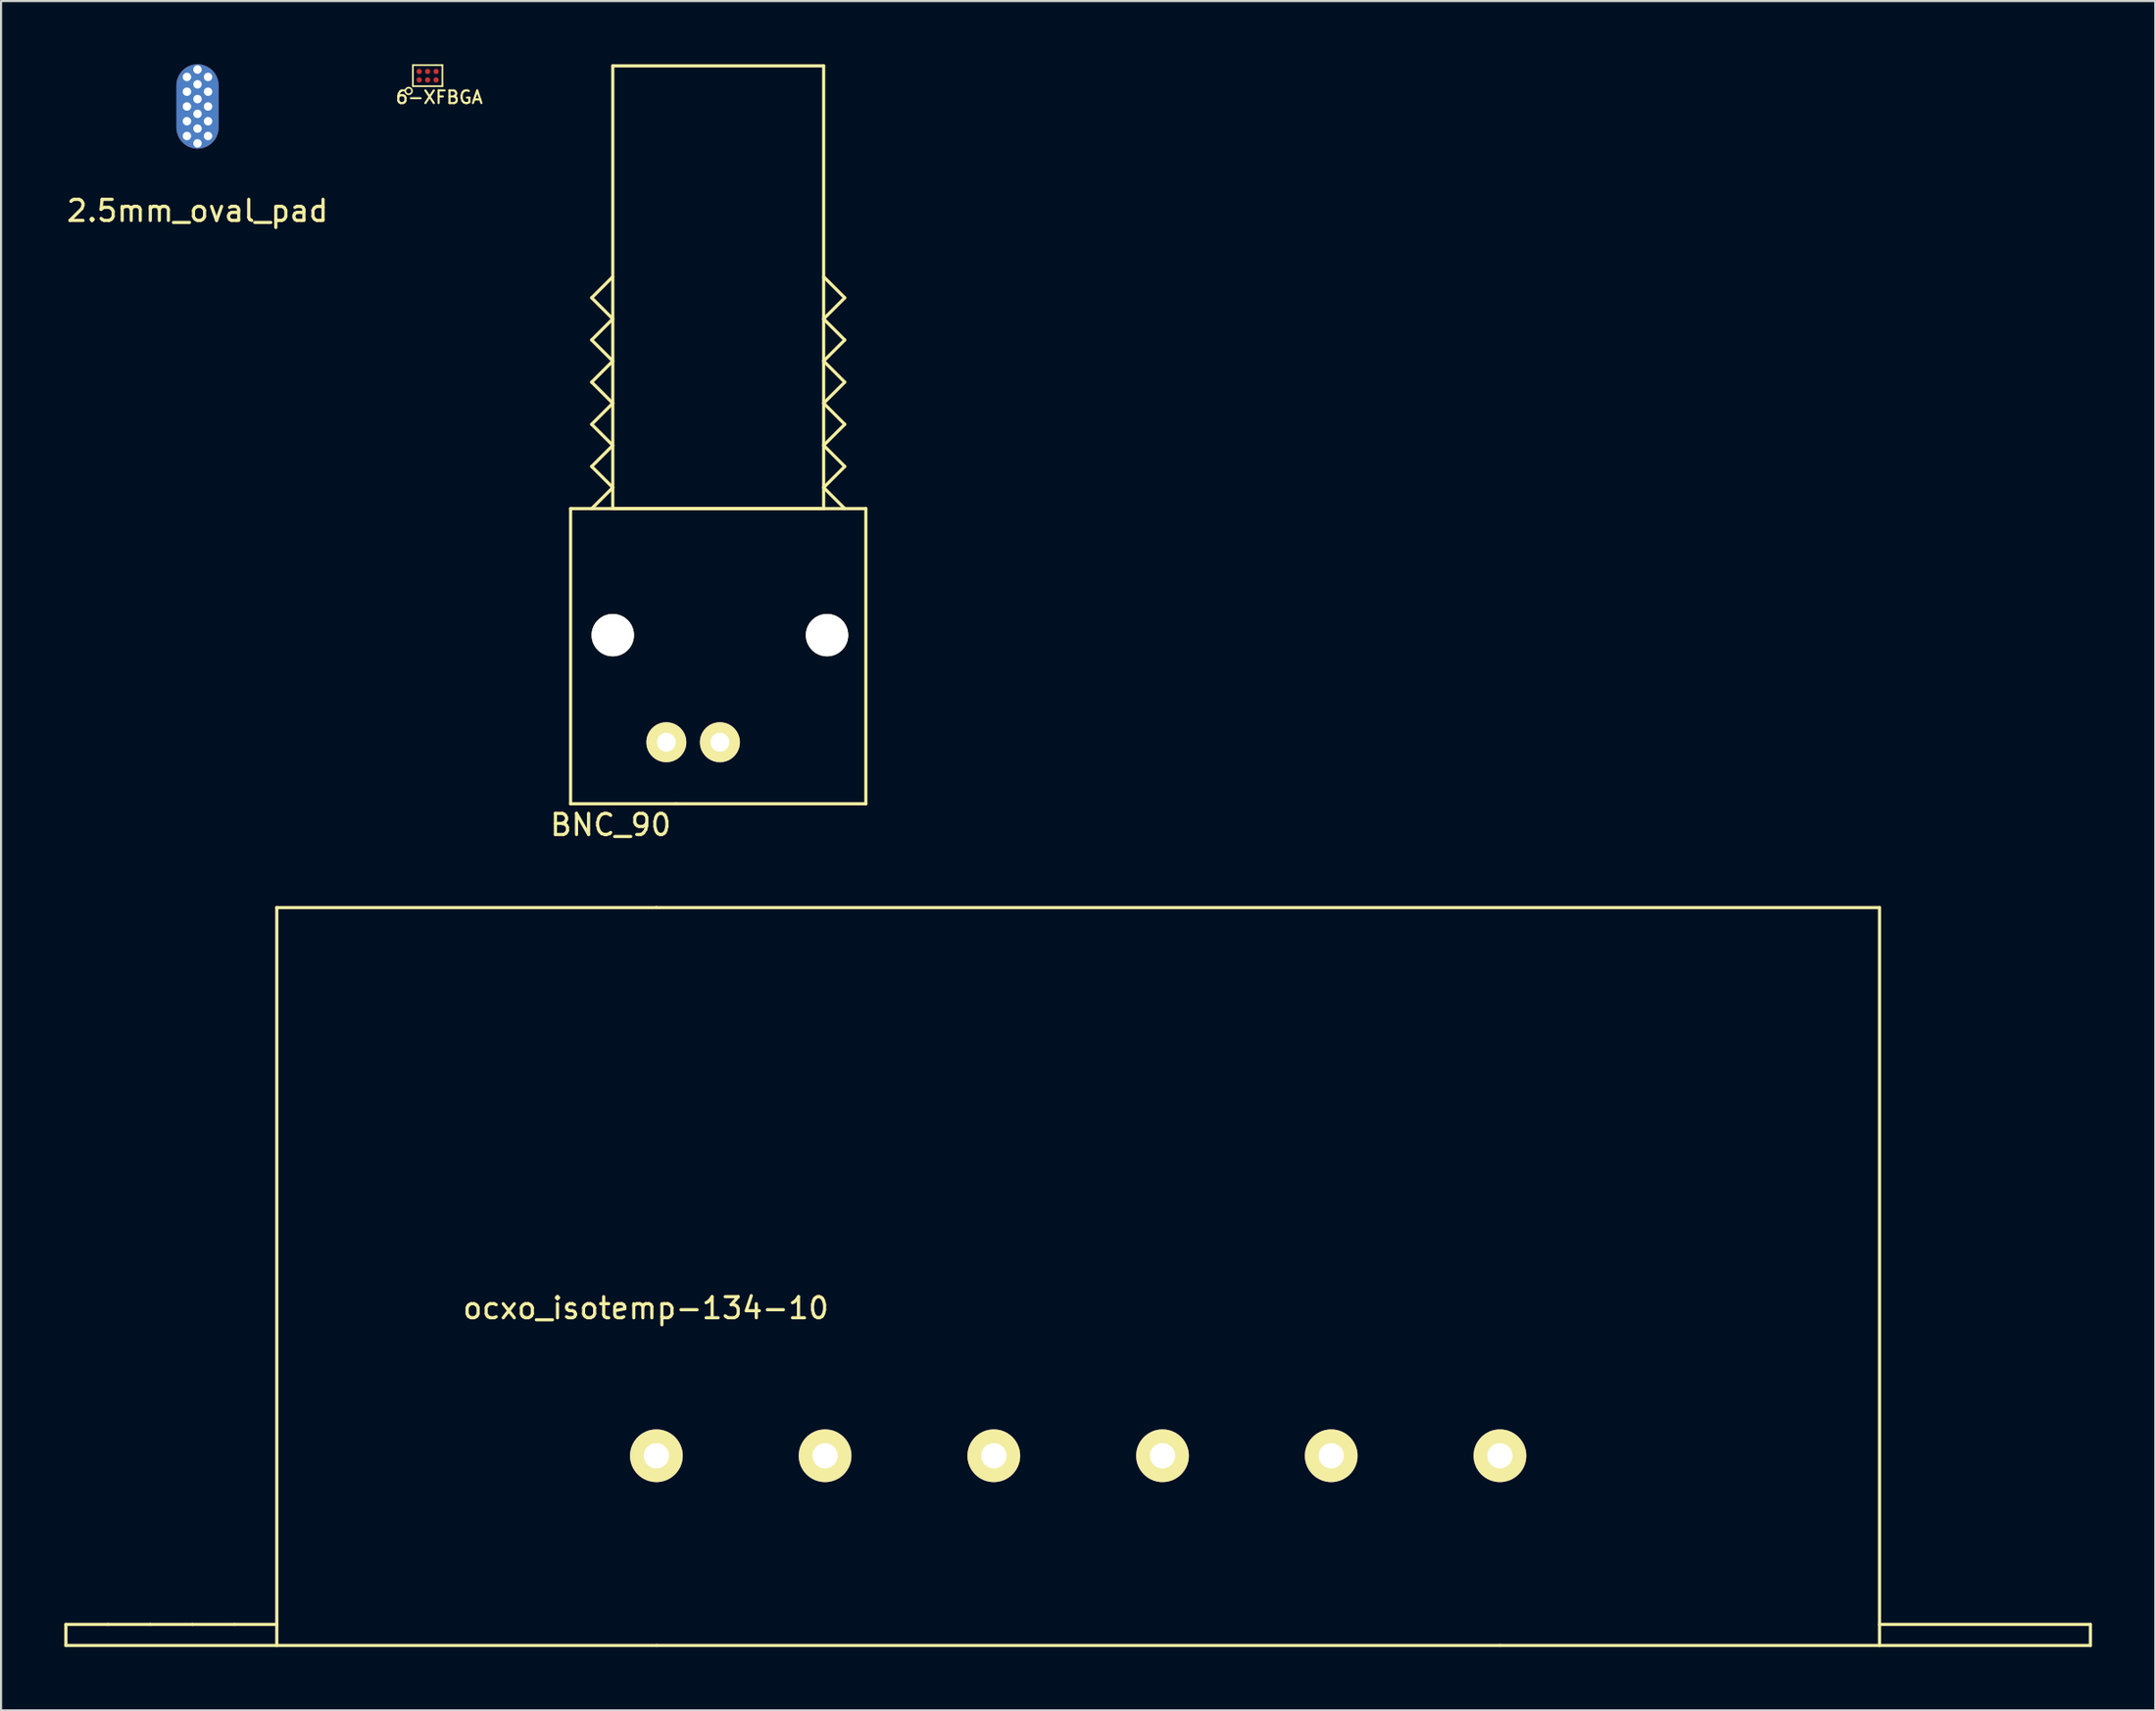
<source format=kicad_pcb>
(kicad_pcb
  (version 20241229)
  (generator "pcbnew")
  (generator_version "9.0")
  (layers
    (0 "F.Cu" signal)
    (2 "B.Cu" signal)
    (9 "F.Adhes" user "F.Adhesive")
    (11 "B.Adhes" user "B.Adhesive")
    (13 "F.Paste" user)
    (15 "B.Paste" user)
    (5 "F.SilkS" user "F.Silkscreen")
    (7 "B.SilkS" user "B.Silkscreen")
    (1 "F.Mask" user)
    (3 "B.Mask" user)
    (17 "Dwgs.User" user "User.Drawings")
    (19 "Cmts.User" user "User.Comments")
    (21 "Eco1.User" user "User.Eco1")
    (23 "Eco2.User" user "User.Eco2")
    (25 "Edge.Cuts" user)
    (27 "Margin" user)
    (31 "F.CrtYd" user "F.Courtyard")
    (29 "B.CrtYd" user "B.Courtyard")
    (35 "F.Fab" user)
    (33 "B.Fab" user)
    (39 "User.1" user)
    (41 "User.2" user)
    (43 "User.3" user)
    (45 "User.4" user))
  (footprint "6-XFBGA"
    (layer "F.Cu")
    (at 17.103 0.49)
    (property "Reference" "6-XFBGA" (at 0.675 1.075 0) (layer "F.SilkS") (effects (font (size 0.6 0.6) (thickness 0.1))))
    (attr through_hole)
    (fp_line (start -0.575 -0.45) (end 0.525 -0.45) (stroke (width 0.08) (type solid)) (layer "F.SilkS"))
    (fp_line (start -0.575 0.55) (end -0.575 -0.45) (stroke (width 0.08) (type solid)) (layer "F.SilkS"))
    (fp_line (start 0.525 -0.45) (end 0.825 -0.45) (stroke (width 0.08) (type solid)) (layer "F.SilkS"))
    (fp_line (start 0.825 -0.45) (end 0.825 0.45) (stroke (width 0.08) (type solid)) (layer "F.SilkS"))
    (fp_line (start 0.825 0.45) (end 0.825 0.55) (stroke (width 0.08) (type solid)) (layer "F.SilkS"))
    (fp_line (start 0.825 0.55) (end -0.575 0.55) (stroke (width 0.08) (type solid)) (layer "F.SilkS"))
    (fp_circle (center -0.775 0.775) (end -0.625 0.825) (stroke (width 0.08) (type solid)) (fill no) (layer "F.SilkS"))
    (pad "A1" smd circle (at -0.275 0.25) (size 0.25 0.25) (layers "F.Cu" "F.Mask" "F.Paste"))
    (pad "A2" smd circle (at -0.275 -0.15) (size 0.25 0.25) (layers "F.Cu" "F.Mask" "F.Paste"))
    (pad "B1" smd circle (at 0.125 0.25) (size 0.25 0.25) (layers "F.Cu" "F.Mask" "F.Paste"))
    (pad "B2" smd circle (at 0.125 -0.15) (size 0.25 0.25) (layers "F.Cu" "F.Mask" "F.Paste"))
    (pad "C1" smd circle (at 0.525 0.25) (size 0.25 0.25) (layers "F.Cu" "F.Mask" "F.Paste"))
    (pad "C2" smd circle (at 0.525 -0.15) (size 0.25 0.25) (layers "F.Cu" "F.Mask" "F.Paste")))
  (footprint "BNC_90"
    (layer "F.Cu")
    (at 26.007 27.075)
    (property "Reference" "BNC_90" (at -0.1 9 0) (layer "F.SilkS") (effects (font (size 1 1) (thickness 0.15))))
    (attr through_hole)
    (fp_line (start -2 -6) (end 12 -6) (stroke (width 0.15) (type solid)) (layer "F.SilkS"))
    (fp_line (start -2 8) (end -2 -6) (stroke (width 0.15) (type solid)) (layer "F.SilkS"))
    (fp_line (start -1 -16) (end 0 -17) (stroke (width 0.15) (type solid)) (layer "F.SilkS"))
    (fp_line (start -1 -14) (end 0 -15) (stroke (width 0.15) (type solid)) (layer "F.SilkS"))
    (fp_line (start -1 -12) (end 0 -13) (stroke (width 0.15) (type solid)) (layer "F.SilkS"))
    (fp_line (start -1 -10) (end 0 -11) (stroke (width 0.15) (type solid)) (layer "F.SilkS"))
    (fp_line (start -1 -8) (end 0 -9) (stroke (width 0.15) (type solid)) (layer "F.SilkS"))
    (fp_line (start -1 -6) (end 0 -7) (stroke (width 0.15) (type solid)) (layer "F.SilkS"))
    (fp_line (start 0 -27) (end 0 -6) (stroke (width 0.15) (type solid)) (layer "F.SilkS"))
    (fp_line (start 0 -15) (end -1 -16) (stroke (width 0.15) (type solid)) (layer "F.SilkS"))
    (fp_line (start 0 -13) (end -1 -14) (stroke (width 0.15) (type solid)) (layer "F.SilkS"))
    (fp_line (start 0 -11) (end -1 -12) (stroke (width 0.15) (type solid)) (layer "F.SilkS"))
    (fp_line (start 0 -9) (end -1 -10) (stroke (width 0.15) (type solid)) (layer "F.SilkS"))
    (fp_line (start 0 -7) (end -1 -8) (stroke (width 0.15) (type solid)) (layer "F.SilkS"))
    (fp_line (start 0 -6) (end 10 -6) (stroke (width 0.15) (type solid)) (layer "F.SilkS"))
    (fp_line (start 3 8) (end -2 8) (stroke (width 0.15) (type solid)) (layer "F.SilkS"))
    (fp_line (start 10 -27) (end 0 -27) (stroke (width 0.15) (type solid)) (layer "F.SilkS"))
    (fp_line (start 10 -15) (end 11 -16) (stroke (width 0.15) (type solid)) (layer "F.SilkS"))
    (fp_line (start 10 -13) (end 11 -14) (stroke (width 0.15) (type solid)) (layer "F.SilkS"))
    (fp_line (start 10 -11) (end 11 -12) (stroke (width 0.15) (type solid)) (layer "F.SilkS"))
    (fp_line (start 10 -9) (end 11 -10) (stroke (width 0.15) (type solid)) (layer "F.SilkS"))
    (fp_line (start 10 -7) (end 11 -8) (stroke (width 0.15) (type solid)) (layer "F.SilkS"))
    (fp_line (start 10 -6) (end 10 -27) (stroke (width 0.15) (type solid)) (layer "F.SilkS"))
    (fp_line (start 11 -16) (end 10 -17) (stroke (width 0.15) (type solid)) (layer "F.SilkS"))
    (fp_line (start 11 -14) (end 10 -15) (stroke (width 0.15) (type solid)) (layer "F.SilkS"))
    (fp_line (start 11 -12) (end 10 -13) (stroke (width 0.15) (type solid)) (layer "F.SilkS"))
    (fp_line (start 11 -10) (end 10 -11) (stroke (width 0.15) (type solid)) (layer "F.SilkS"))
    (fp_line (start 11 -8) (end 10 -9) (stroke (width 0.15) (type solid)) (layer "F.SilkS"))
    (fp_line (start 11 -6) (end 10 -7) (stroke (width 0.15) (type solid)) (layer "F.SilkS"))
    (fp_line (start 12 -6) (end 12 8) (stroke (width 0.15) (type solid)) (layer "F.SilkS"))
    (fp_line (start 12 8) (end 3 8) (stroke (width 0.15) (type solid)) (layer "F.SilkS"))
    (pad "" np_thru_hole circle (at 0 0) (size 2.01 2.01) (drill 2.01) (layers "*.Cu" "*.Mask" "F.SilkS"))
    (pad "" np_thru_hole circle (at 10.16 0) (size 2.01 2.01) (drill 2.01) (layers "*.Cu" "*.Mask" "F.SilkS"))
    (pad "1" thru_hole circle (at 5.08 5.08) (size 1.895 1.895) (drill 0.895) (layers "*.Cu" "*.Mask" "F.SilkS"))
    (pad "2" thru_hole circle (at 2.54 5.08) (size 1.895 1.895) (drill 0.895) (layers "*.Cu" "*.Mask" "F.SilkS")))
  (footprint "ocxo_isotemp-134-10"
    (layer "F.Cu")
    (at 28.075 65.998)
    (property "Reference" "ocxo_isotemp-134-10" (at -0.5 -7 0) (layer "F.SilkS") (effects (font (size 1 1) (thickness 0.15))))
    (attr through_hole)
    (fp_line (start -28 8) (end -28 9) (stroke (width 0.15) (type solid)) (layer "F.SilkS"))
    (fp_line (start -28 9) (end -18 9) (stroke (width 0.15) (type solid)) (layer "F.SilkS"))
    (fp_line (start -26 8) (end -28 8) (stroke (width 0.15) (type solid)) (layer "F.SilkS"))
    (fp_line (start -24 8) (end -26 8) (stroke (width 0.15) (type solid)) (layer "F.SilkS"))
    (fp_line (start -22 8) (end -24 8) (stroke (width 0.15) (type solid)) (layer "F.SilkS"))
    (fp_line (start -20 8) (end -22 8) (stroke (width 0.15) (type solid)) (layer "F.SilkS"))
    (fp_line (start -18 -26) (end -18 9) (stroke (width 0.15) (type solid)) (layer "F.SilkS"))
    (fp_line (start -18 8) (end -20 8) (stroke (width 0.15) (type solid)) (layer "F.SilkS"))
    (fp_line (start -18 9) (end 0 9) (stroke (width 0.15) (type solid)) (layer "F.SilkS"))
    (fp_line (start 0 -26) (end -18 -26) (stroke (width 0.15) (type solid)) (layer "F.SilkS"))
    (fp_line (start 40 9) (end 0 9) (stroke (width 0.15) (type solid)) (layer "F.SilkS"))
    (fp_line (start 40 9) (end 58 9) (stroke (width 0.15) (type solid)) (layer "F.SilkS"))
    (fp_line (start 58 -26) (end 0 -26) (stroke (width 0.15) (type solid)) (layer "F.SilkS"))
    (fp_line (start 58 9) (end 58 -26) (stroke (width 0.15) (type solid)) (layer "F.SilkS"))
    (fp_line (start 58 9) (end 68 9) (stroke (width 0.15) (type solid)) (layer "F.SilkS"))
    (fp_line (start 68 8) (end 58 8) (stroke (width 0.15) (type solid)) (layer "F.SilkS"))
    (fp_line (start 68 9) (end 68 8) (stroke (width 0.15) (type solid)) (layer "F.SilkS"))
    (pad "1" thru_hole circle (at 0 0) (size 2.5 2.5) (drill 1.2) (layers "*.Cu" "*.Mask" "F.SilkS"))
    (pad "2" thru_hole circle (at 8 0) (size 2.5 2.5) (drill 1.2) (layers "*.Cu" "*.Mask" "F.SilkS"))
    (pad "3" thru_hole circle (at 16 0) (size 2.5 2.5) (drill 1.2) (layers "*.Cu" "*.Mask" "F.SilkS"))
    (pad "4" thru_hole circle (at 24 0) (size 2.5 2.5) (drill 1.2) (layers "*.Cu" "*.Mask" "F.SilkS"))
    (pad "5" thru_hole circle (at 32 0) (size 2.5 2.5) (drill 1.2) (layers "*.Cu" "*.Mask" "F.SilkS"))
    (pad "6" thru_hole circle (at 40 0) (size 2.5 2.5) (drill 1.2) (layers "*.Cu" "*.Mask" "F.SilkS")))
  (footprint "2.5mm_oval_pad"
    (layer "F.Cu")
    (at 6.315 1.95)
    (property "Reference" "2.5mm_oval_pad" (at 0 5 0) (layer "F.SilkS") (effects (font (size 1 1) (thickness 0.15))))
    (attr through_hole)
    (pad "1" thru_hole circle (at -0.5 -1.35) (size 0.5 0.5) (drill 0.4) (layers "*.Cu" "*.Mask"))
    (pad "1" thru_hole circle (at -0.5 -0.65) (size 0.5 0.5) (drill 0.4) (layers "*.Cu" "*.Mask"))
    (pad "1" thru_hole circle (at -0.5 0.05) (size 0.5 0.5) (drill 0.4) (layers "*.Cu" "*.Mask"))
    (pad "1" thru_hole circle (at -0.5 0.75) (size 0.5 0.5) (drill 0.4) (layers "*.Cu" "*.Mask"))
    (pad "1" thru_hole circle (at -0.5 1.45) (size 0.5 0.5) (drill 0.4) (layers "*.Cu" "*.Mask"))
    (pad "1" thru_hole circle (at 0 -1.7) (size 0.5 0.5) (drill 0.4) (layers "*.Cu" "*.Mask"))
    (pad "1" thru_hole circle (at 0 -1) (size 0.5 0.5) (drill 0.4) (layers "*.Cu" "*.Mask"))
    (pad "1" thru_hole circle (at 0 -0.3) (size 0.5 0.5) (drill 0.4) (layers "*.Cu" "*.Mask"))
    (pad "1" smd oval (at 0 0.05) (size 2 4) (layers "F.Cu" "F.Mask"))
    (pad "1" smd oval (at 0 0.05) (size 2 4) (layers "B.Cu" "B.Mask"))
    (pad "1" thru_hole circle (at 0 0.4) (size 0.5 0.5) (drill 0.4) (layers "*.Cu" "*.Mask"))
    (pad "1" thru_hole circle (at 0 1.1) (size 0.5 0.5) (drill 0.4) (layers "*.Cu" "*.Mask"))
    (pad "1" thru_hole circle (at 0 1.8) (size 0.5 0.5) (drill 0.4) (layers "*.Cu" "*.Mask"))
    (pad "1" thru_hole circle (at 0.5 -1.35) (size 0.5 0.5) (drill 0.4) (layers "*.Cu" "*.Mask"))
    (pad "1" thru_hole circle (at 0.5 -0.65) (size 0.5 0.5) (drill 0.4) (layers "*.Cu" "*.Mask"))
    (pad "1" thru_hole circle (at 0.5 0.05) (size 0.5 0.5) (drill 0.4) (layers "*.Cu" "*.Mask"))
    (pad "1" thru_hole circle (at 0.5 0.75) (size 0.5 0.5) (drill 0.4) (layers "*.Cu" "*.Mask"))
    (pad "1" thru_hole circle (at 0.5 1.45) (size 0.5 0.5) (drill 0.4) (layers "*.Cu" "*.Mask")))
  (gr_rect
    (start -3 -3)
    (end 99.15 78.073)
    (stroke (width 0.1) (type default))
    (fill no)
    (layer "Edge.Cuts")))
</source>
